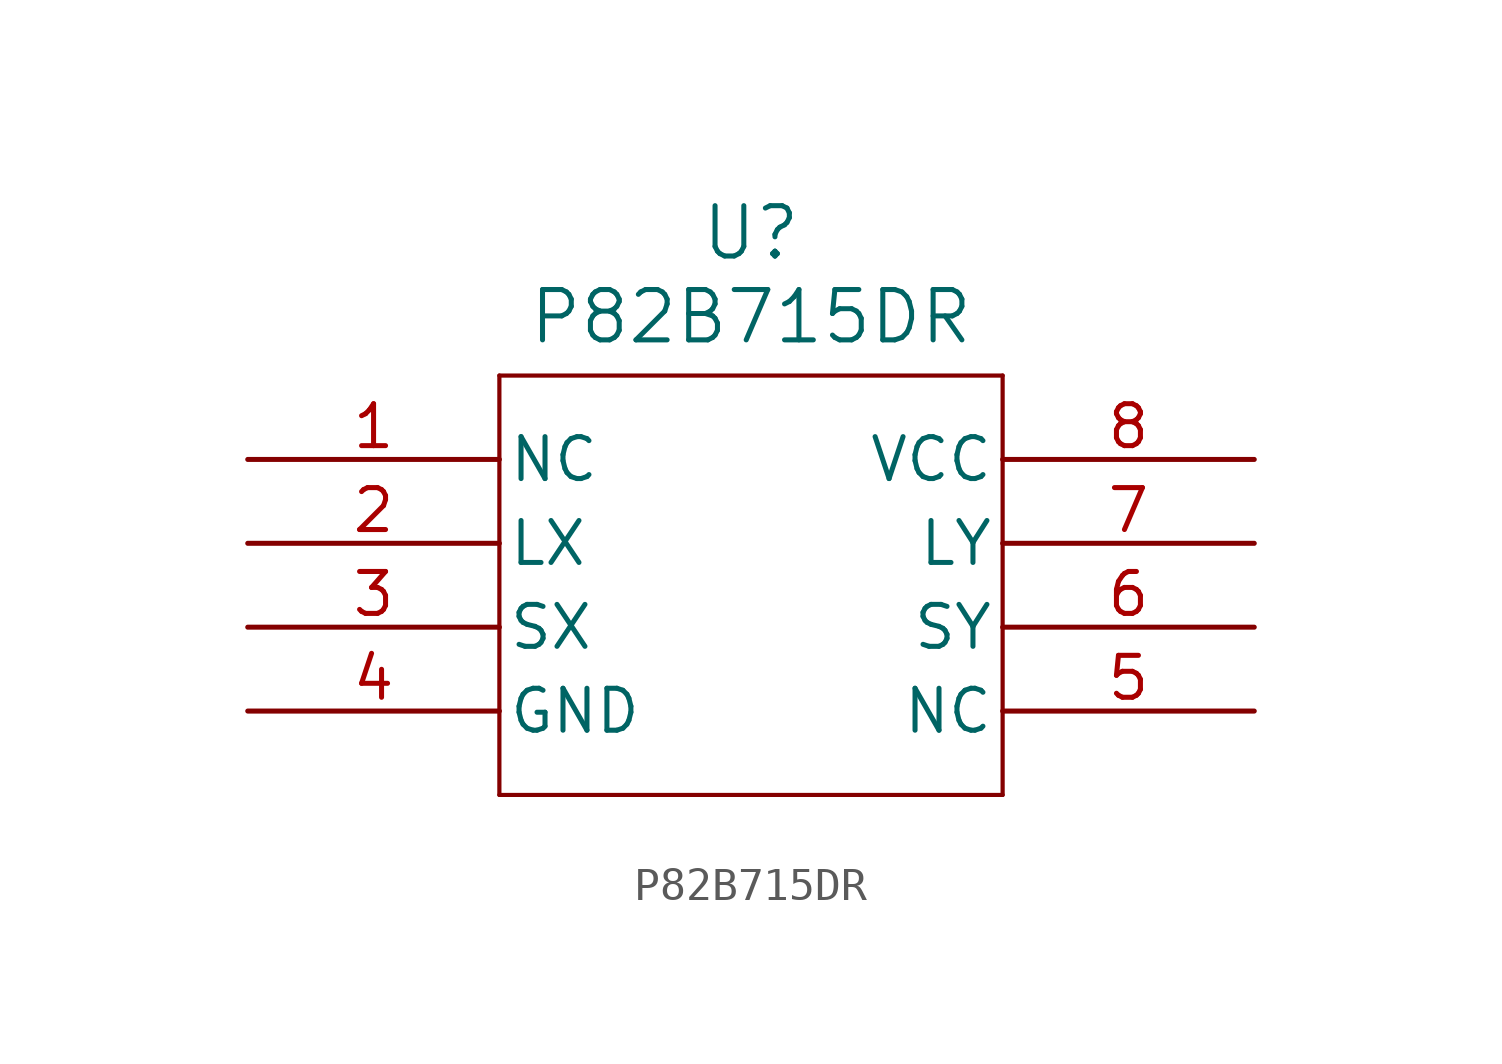
<source format=kicad_sym>
(kicad_symbol_lib
  (version 20231120)
  (generator "kicad_symbol_editor")
  (generator_version "8.0")
  (symbol "P82B715DR"
    (pin_names
      (offset 0.254))
    (property "Reference" "U"
      (at 0 10.668 0)
      (effects (font (size 1.524 1.524))))
    (property "Value" "P82B715DR"
      (at 0 8.128 0)
      (effects (font (size 1.524 1.524))))
    (property "ki_locked" ""
      (at 0 0 0)
      (effects (font (size 1.27 1.27))))
    (symbol "P82B715DR_0_1"
      (polyline (pts (xy -7.62 -6.35) (xy 7.62 -6.35)) (stroke (width 0.127) (type default)) (fill (type none)))
      (polyline (pts (xy -7.62 6.35) (xy -7.62 -6.35)) (stroke (width 0.127) (type default)) (fill (type none)))
      (polyline (pts (xy 7.62 -6.35) (xy 7.62 6.35)) (stroke (width 0.127) (type default)) (fill (type none)))
      (polyline (pts (xy 7.62 6.35) (xy -7.62 6.35)) (stroke (width 0.127) (type default)) (fill (type none)))
      (pin unspecified line (at -15.24 3.81 0) (length 7.62) (name "NC" (effects (font (size 1.27 1.27)))) (number "1" (effects (font (size 1.27 1.27)))))
      (pin unspecified line (at -15.24 1.27 0) (length 7.62) (name "LX" (effects (font (size 1.27 1.27)))) (number "2" (effects (font (size 1.27 1.27)))))
      (pin unspecified line (at -15.24 -1.27 0) (length 7.62) (name "SX" (effects (font (size 1.27 1.27)))) (number "3" (effects (font (size 1.27 1.27)))))
      (pin power_in line (at -15.24 -3.81 0) (length 7.62) (name "GND" (effects (font (size 1.27 1.27)))) (number "4" (effects (font (size 1.27 1.27)))))
      (pin unspecified line (at 15.24 -3.81 180) (length 7.62) (name "NC" (effects (font (size 1.27 1.27)))) (number "5" (effects (font (size 1.27 1.27)))))
      (pin unspecified line (at 15.24 -1.27 180) (length 7.62) (name "SY" (effects (font (size 1.27 1.27)))) (number "6" (effects (font (size 1.27 1.27)))))
      (pin unspecified line (at 15.24 1.27 180) (length 7.62) (name "LY" (effects (font (size 1.27 1.27)))) (number "7" (effects (font (size 1.27 1.27)))))
      (pin power_in line (at 15.24 3.81 180) (length 7.62) (name "VCC" (effects (font (size 1.27 1.27)))) (number "8" (effects (font (size 1.27 1.27))))))))
</source>
